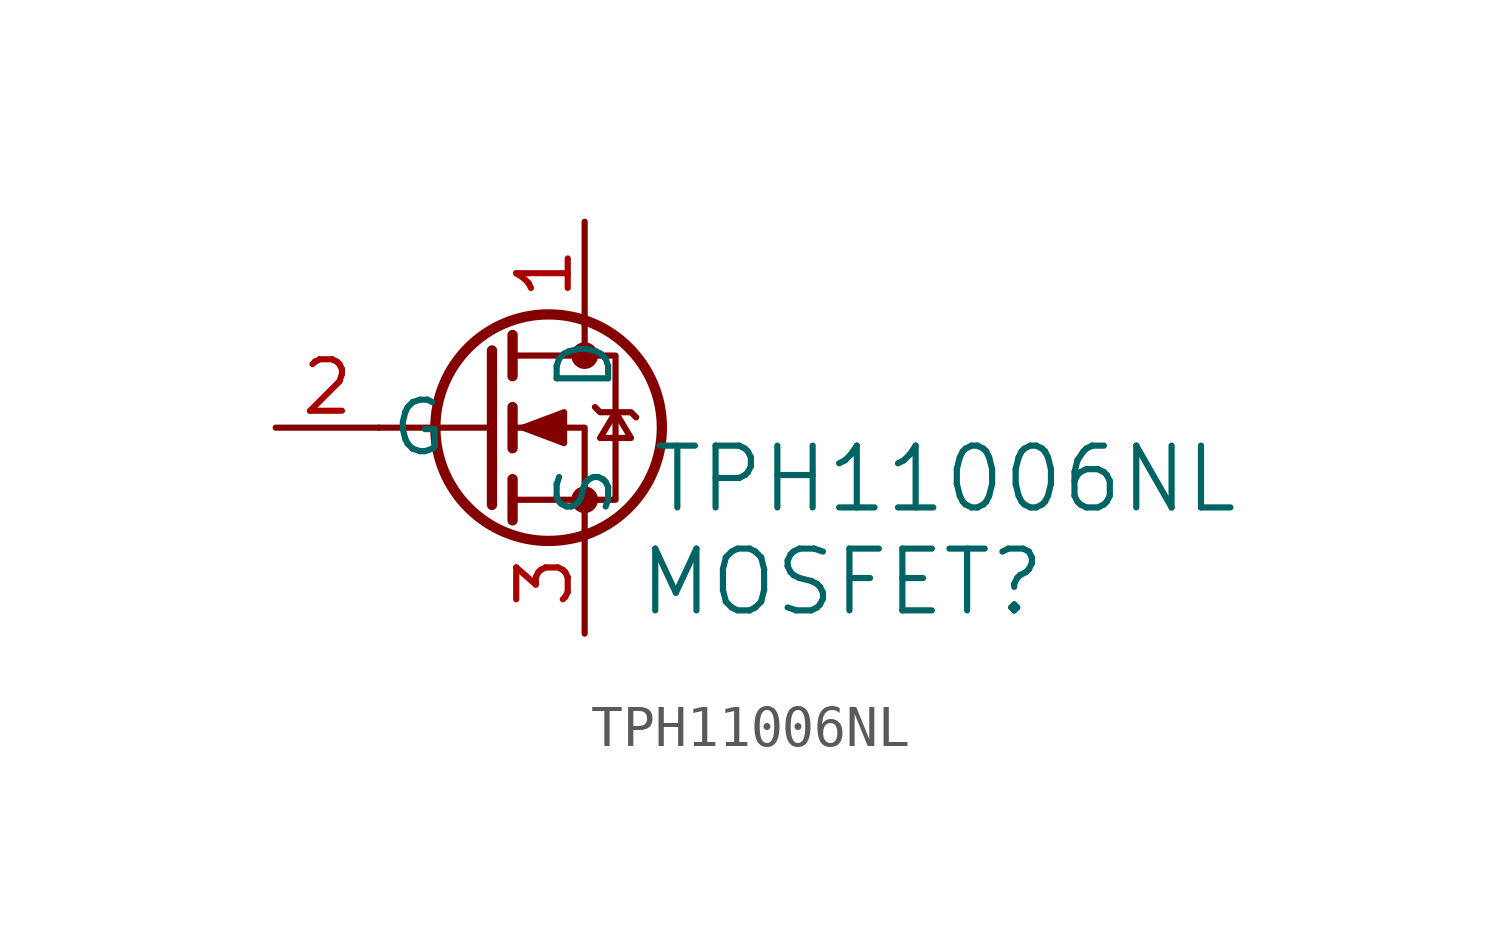
<source format=kicad_sym>
(kicad_symbol_lib
  (version 20220914)
  (generator kicad_symbol_editor)
  (symbol "TPH11006NL"
    (pin_names
      (offset 0.254))
    (property "Reference" "MOSFET"
      (at 6.35 -3.81 0)
      (effects (font (size 1.524 1.524))))
    (property "Value" "TPH11006NL"
      (at 8.89 -1.27 0)
      (effects (font (size 1.524 1.524))))
    (property "ki_locked" ""
      (at 0 0 0)
      (effects (font (size 1.27 1.27))))
    (symbol "TPH11006NL_0_1"
      (circle (center -0.889 0) (radius 2.794) (stroke (width 0.254) (type default)) (fill (type none)))
      (circle (center 0 -1.778) (radius 0.254) (stroke (width 0) (type default)) (fill (type outline)))
      (polyline (pts (xy -2.286 0) (xy -5.08 0)) (stroke (width 0) (type default)) (fill (type none)))
      (polyline (pts (xy -2.286 1.905) (xy -2.286 -1.905)) (stroke (width 0.254) (type default)) (fill (type none)))
      (polyline (pts (xy -1.778 -1.27) (xy -1.778 -2.286)) (stroke (width 0.254) (type default)) (fill (type none)))
      (polyline (pts (xy -1.778 0.508) (xy -1.778 -0.508)) (stroke (width 0.254) (type default)) (fill (type none)))
      (polyline (pts (xy -1.778 2.286) (xy -1.778 1.27)) (stroke (width 0.254) (type default)) (fill (type none)))
      (polyline (pts (xy 0 2.54) (xy 0 1.778)) (stroke (width 0) (type default)) (fill (type none)))
      (polyline (pts (xy 0 -2.54) (xy 0 0) (xy -1.778 0)) (stroke (width 0) (type default)) (fill (type none)))
      (polyline (pts (xy -1.778 -1.778) (xy 0.762 -1.778) (xy 0.762 1.778) (xy -1.778 1.778)) (stroke (width 0) (type default)) (fill (type none)))
      (polyline (pts (xy -1.524 0) (xy -0.508 0.381) (xy -0.508 -0.381) (xy -1.524 0)) (stroke (width 0) (type default)) (fill (type outline)))
      (polyline (pts (xy 0.254 0.508) (xy 0.381 0.381) (xy 1.143 0.381) (xy 1.27 0.254)) (stroke (width 0) (type default)) (fill (type none)))
      (polyline (pts (xy 0.762 0.381) (xy 0.381 -0.254) (xy 1.143 -0.254) (xy 0.762 0.381)) (stroke (width 0) (type default)) (fill (type none)))
      (circle (center 0 1.778) (radius 0.254) (stroke (width 0) (type default)) (fill (type outline))))
    (symbol "TPH11006NL_1_1"
      (pin passive line (at 0 5.08 270) (length 2.54) (name "D" (effects (font (size 1.27 1.27)))) (number "1" (effects (font (size 1.27 1.27)))))
      (pin input line (at -7.62 0 0) (length 2.54) (name "G" (effects (font (size 1.27 1.27)))) (number "2" (effects (font (size 1.27 1.27)))))
      (pin passive line (at 0 -5.08 90) (length 2.54) (name "S" (effects (font (size 1.27 1.27)))) (number "3" (effects (font (size 1.27 1.27))))))))
</source>
